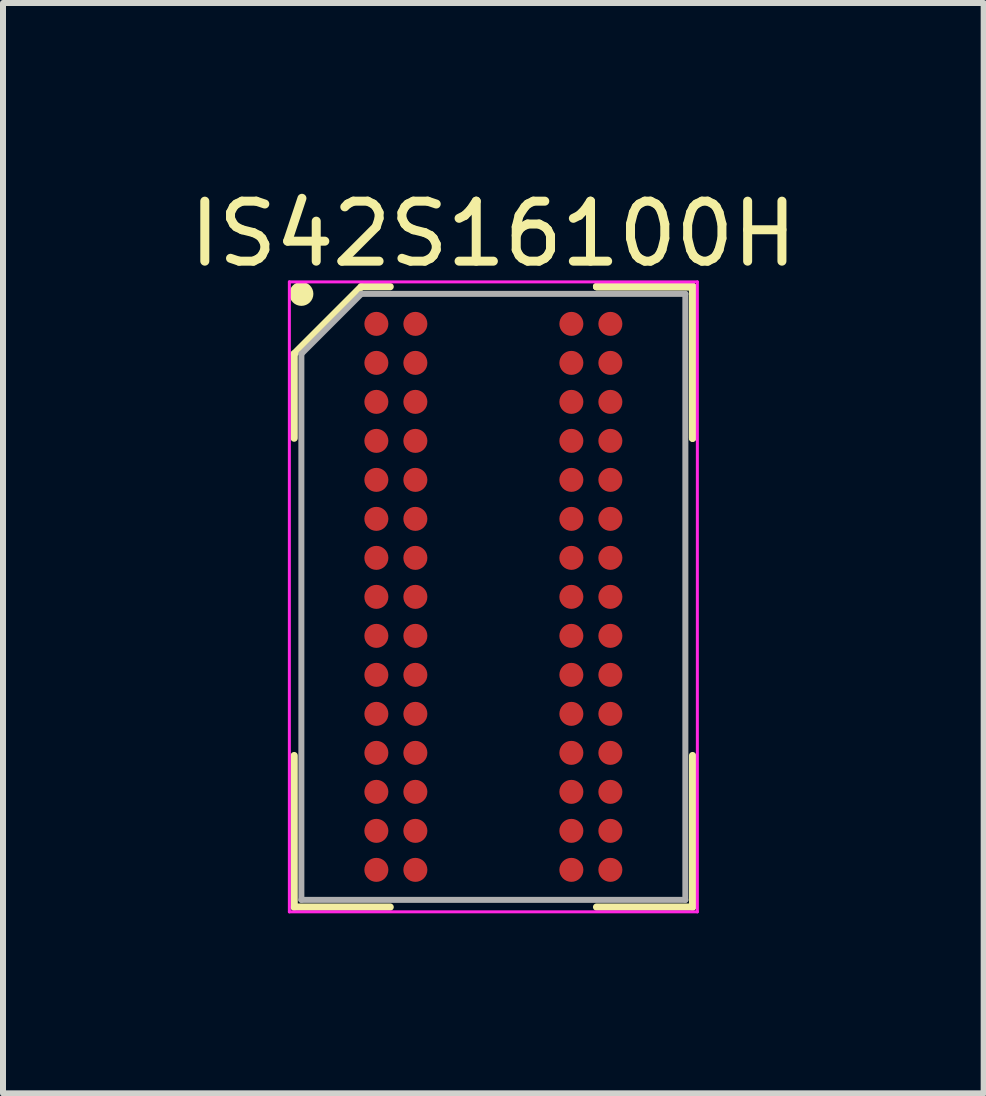
<source format=kicad_pcb>
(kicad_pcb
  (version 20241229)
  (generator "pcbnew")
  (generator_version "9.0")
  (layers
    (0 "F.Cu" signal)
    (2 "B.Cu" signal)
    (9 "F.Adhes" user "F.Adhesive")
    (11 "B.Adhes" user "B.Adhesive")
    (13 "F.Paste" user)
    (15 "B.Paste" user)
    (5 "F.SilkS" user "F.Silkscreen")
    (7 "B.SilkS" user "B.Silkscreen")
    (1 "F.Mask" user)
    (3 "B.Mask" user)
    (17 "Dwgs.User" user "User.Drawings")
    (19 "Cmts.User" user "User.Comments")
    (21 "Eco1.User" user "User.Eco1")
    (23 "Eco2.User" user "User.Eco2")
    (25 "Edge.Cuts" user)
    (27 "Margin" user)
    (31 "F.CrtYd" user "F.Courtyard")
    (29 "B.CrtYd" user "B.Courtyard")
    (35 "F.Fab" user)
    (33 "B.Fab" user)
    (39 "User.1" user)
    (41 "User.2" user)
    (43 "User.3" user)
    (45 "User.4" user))
  (footprint "IS42S16100H"
    (layer "F.Cu")
    (at 5.173 6.898)
    (property "Reference" "IS42S16100H" (at 0 -6.05 0) (layer "F.SilkS") (effects (font (size 1 1) (thickness 0.15))))
    (attr through_hole)
    (fp_line (start -3.32 -4.05) (end -3.32 -2.645) (stroke (width 0.12) (type solid)) (layer "F.SilkS"))
    (fp_line (start -3.32 5.17) (end -3.32 2.645) (stroke (width 0.12) (type solid)) (layer "F.SilkS"))
    (fp_line (start -2.2 -5.17) (end -3.32 -4.05) (stroke (width 0.12) (type solid)) (layer "F.SilkS"))
    (fp_line (start -1.72 -5.17) (end -2.2 -5.17) (stroke (width 0.12) (type solid)) (layer "F.SilkS"))
    (fp_line (start -1.72 5.17) (end -3.32 5.17) (stroke (width 0.12) (type solid)) (layer "F.SilkS"))
    (fp_line (start 1.72 -5.17) (end 3.32 -5.17) (stroke (width 0.12) (type solid)) (layer "F.SilkS"))
    (fp_line (start 1.72 -5.17) (end 3.32 -5.17) (stroke (width 0.12) (type solid)) (layer "F.SilkS"))
    (fp_line (start 1.72 -5.17) (end 3.32 -5.17) (stroke (width 0.12) (type solid)) (layer "F.SilkS"))
    (fp_line (start 1.72 5.17) (end 3.32 5.17) (stroke (width 0.12) (type solid)) (layer "F.SilkS"))
    (fp_line (start 3.32 -5.17) (end 3.32 -2.645) (stroke (width 0.12) (type solid)) (layer "F.SilkS"))
    (fp_line (start 3.32 -5.17) (end 3.32 -2.645) (stroke (width 0.12) (type solid)) (layer "F.SilkS"))
    (fp_line (start 3.32 -5.17) (end 3.32 -2.645) (stroke (width 0.12) (type solid)) (layer "F.SilkS"))
    (fp_line (start 3.32 5.17) (end 3.32 2.645) (stroke (width 0.12) (type solid)) (layer "F.SilkS"))
    (fp_circle (center -3.2 -5.05) (end -3.2 -4.95) (stroke (width 0.2) (type solid)) (fill no) (layer "F.SilkS"))
    (fp_line (start -3.4 -5.25) (end 3.4 -5.25) (stroke (width 0.05) (type solid)) (layer "F.CrtYd"))
    (fp_line (start -3.4 5.25) (end -3.4 -5.25) (stroke (width 0.05) (type solid)) (layer "F.CrtYd"))
    (fp_line (start 3.4 -5.25) (end 3.4 5.25) (stroke (width 0.05) (type solid)) (layer "F.CrtYd"))
    (fp_line (start 3.4 5.25) (end -3.4 5.25) (stroke (width 0.05) (type solid)) (layer "F.CrtYd"))
    (fp_line (start -3.2 -4.05) (end -3.2 5.05) (stroke (width 0.1) (type solid)) (layer "F.Fab"))
    (fp_line (start -3.2 5.05) (end 3.2 5.05) (stroke (width 0.1) (type solid)) (layer "F.Fab"))
    (fp_line (start -2.2 -5.05) (end -3.2 -4.05) (stroke (width 0.1) (type solid)) (layer "F.Fab"))
    (fp_line (start 3.2 -5.05) (end -2.2 -5.05) (stroke (width 0.1) (type solid)) (layer "F.Fab"))
    (fp_line (start 3.2 5.05) (end 3.2 -5.05) (stroke (width 0.1) (type solid)) (layer "F.Fab"))
    (pad "A1" smd circle (at -1.95 -4.55) (size 0.4 0.4) (layers "F.Cu" "F.Mask" "F.Paste"))
    (pad "A2" smd circle (at -1.3 -4.55) (size 0.4 0.4) (layers "F.Cu" "F.Mask" "F.Paste"))
    (pad "A6" smd circle (at 1.3 -4.55) (size 0.4 0.4) (layers "F.Cu" "F.Mask" "F.Paste"))
    (pad "A7" smd circle (at 1.95 -4.55) (size 0.4 0.4) (layers "F.Cu" "F.Mask" "F.Paste"))
    (pad "B1" smd circle (at -1.95 -3.9) (size 0.4 0.4) (layers "F.Cu" "F.Mask" "F.Paste"))
    (pad "B2" smd circle (at -1.3 -3.9) (size 0.4 0.4) (layers "F.Cu" "F.Mask" "F.Paste"))
    (pad "B6" smd circle (at 1.3 -3.9) (size 0.4 0.4) (layers "F.Cu" "F.Mask" "F.Paste"))
    (pad "B7" smd circle (at 1.95 -3.9) (size 0.4 0.4) (layers "F.Cu" "F.Mask" "F.Paste"))
    (pad "C1" smd circle (at -1.95 -3.25) (size 0.4 0.4) (layers "F.Cu" "F.Mask" "F.Paste"))
    (pad "C2" smd circle (at -1.3 -3.25) (size 0.4 0.4) (layers "F.Cu" "F.Mask" "F.Paste"))
    (pad "C6" smd circle (at 1.3 -3.25) (size 0.4 0.4) (layers "F.Cu" "F.Mask" "F.Paste"))
    (pad "C7" smd circle (at 1.95 -3.25) (size 0.4 0.4) (layers "F.Cu" "F.Mask" "F.Paste"))
    (pad "D1" smd circle (at -1.95 -2.6) (size 0.4 0.4) (layers "F.Cu" "F.Mask" "F.Paste"))
    (pad "D2" smd circle (at -1.3 -2.6) (size 0.4 0.4) (layers "F.Cu" "F.Mask" "F.Paste"))
    (pad "D6" smd circle (at 1.3 -2.6) (size 0.4 0.4) (layers "F.Cu" "F.Mask" "F.Paste"))
    (pad "D7" smd circle (at 1.95 -2.6) (size 0.4 0.4) (layers "F.Cu" "F.Mask" "F.Paste"))
    (pad "E1" smd circle (at -1.95 -1.95) (size 0.4 0.4) (layers "F.Cu" "F.Mask" "F.Paste"))
    (pad "E2" smd circle (at -1.3 -1.95) (size 0.4 0.4) (layers "F.Cu" "F.Mask" "F.Paste"))
    (pad "E6" smd circle (at 1.3 -1.95) (size 0.4 0.4) (layers "F.Cu" "F.Mask" "F.Paste"))
    (pad "E7" smd circle (at 1.95 -1.95) (size 0.4 0.4) (layers "F.Cu" "F.Mask" "F.Paste"))
    (pad "F1" smd circle (at -1.95 -1.3) (size 0.4 0.4) (layers "F.Cu" "F.Mask" "F.Paste"))
    (pad "F2" smd circle (at -1.3 -1.3) (size 0.4 0.4) (layers "F.Cu" "F.Mask" "F.Paste"))
    (pad "F6" smd circle (at 1.3 -1.3) (size 0.4 0.4) (layers "F.Cu" "F.Mask" "F.Paste"))
    (pad "F7" smd circle (at 1.95 -1.3) (size 0.4 0.4) (layers "F.Cu" "F.Mask" "F.Paste"))
    (pad "G1" smd circle (at -1.95 -0.65) (size 0.4 0.4) (layers "F.Cu" "F.Mask" "F.Paste"))
    (pad "G2" smd circle (at -1.3 -0.65) (size 0.4 0.4) (layers "F.Cu" "F.Mask" "F.Paste"))
    (pad "G6" smd circle (at 1.3 -0.65) (size 0.4 0.4) (layers "F.Cu" "F.Mask" "F.Paste"))
    (pad "G7" smd circle (at 1.95 -0.65) (size 0.4 0.4) (layers "F.Cu" "F.Mask" "F.Paste"))
    (pad "H1" smd circle (at -1.95 0) (size 0.4 0.4) (layers "F.Cu" "F.Mask" "F.Paste"))
    (pad "H2" smd circle (at -1.3 0) (size 0.4 0.4) (layers "F.Cu" "F.Mask" "F.Paste"))
    (pad "H6" smd circle (at 1.3 0) (size 0.4 0.4) (layers "F.Cu" "F.Mask" "F.Paste"))
    (pad "H7" smd circle (at 1.95 0) (size 0.4 0.4) (layers "F.Cu" "F.Mask" "F.Paste"))
    (pad "J1" smd circle (at -1.95 0.65) (size 0.4 0.4) (layers "F.Cu" "F.Mask" "F.Paste"))
    (pad "J2" smd circle (at -1.3 0.65) (size 0.4 0.4) (layers "F.Cu" "F.Mask" "F.Paste"))
    (pad "J6" smd circle (at 1.3 0.65) (size 0.4 0.4) (layers "F.Cu" "F.Mask" "F.Paste"))
    (pad "J7" smd circle (at 1.95 0.65) (size 0.4 0.4) (layers "F.Cu" "F.Mask" "F.Paste"))
    (pad "K1" smd circle (at -1.95 1.3) (size 0.4 0.4) (layers "F.Cu" "F.Mask" "F.Paste"))
    (pad "K2" smd circle (at -1.3 1.3) (size 0.4 0.4) (layers "F.Cu" "F.Mask" "F.Paste"))
    (pad "K6" smd circle (at 1.3 1.3) (size 0.4 0.4) (layers "F.Cu" "F.Mask" "F.Paste"))
    (pad "K7" smd circle (at 1.95 1.3) (size 0.4 0.4) (layers "F.Cu" "F.Mask" "F.Paste"))
    (pad "L1" smd circle (at -1.95 1.95) (size 0.4 0.4) (layers "F.Cu" "F.Mask" "F.Paste"))
    (pad "L2" smd circle (at -1.3 1.95) (size 0.4 0.4) (layers "F.Cu" "F.Mask" "F.Paste"))
    (pad "L6" smd circle (at 1.3 1.95) (size 0.4 0.4) (layers "F.Cu" "F.Mask" "F.Paste"))
    (pad "L7" smd circle (at 1.95 1.95) (size 0.4 0.4) (layers "F.Cu" "F.Mask" "F.Paste"))
    (pad "M1" smd circle (at -1.95 2.6) (size 0.4 0.4) (layers "F.Cu" "F.Mask" "F.Paste"))
    (pad "M2" smd circle (at -1.3 2.6) (size 0.4 0.4) (layers "F.Cu" "F.Mask" "F.Paste"))
    (pad "M6" smd circle (at 1.3 2.6) (size 0.4 0.4) (layers "F.Cu" "F.Mask" "F.Paste"))
    (pad "M7" smd circle (at 1.95 2.6) (size 0.4 0.4) (layers "F.Cu" "F.Mask" "F.Paste"))
    (pad "N1" smd circle (at -1.95 3.25) (size 0.4 0.4) (layers "F.Cu" "F.Mask" "F.Paste"))
    (pad "N2" smd circle (at -1.3 3.25) (size 0.4 0.4) (layers "F.Cu" "F.Mask" "F.Paste"))
    (pad "N6" smd circle (at 1.3 3.25) (size 0.4 0.4) (layers "F.Cu" "F.Mask" "F.Paste"))
    (pad "N7" smd circle (at 1.95 3.25) (size 0.4 0.4) (layers "F.Cu" "F.Mask" "F.Paste"))
    (pad "P1" smd circle (at -1.95 3.9) (size 0.4 0.4) (layers "F.Cu" "F.Mask" "F.Paste"))
    (pad "P2" smd circle (at -1.3 3.9) (size 0.4 0.4) (layers "F.Cu" "F.Mask" "F.Paste"))
    (pad "P6" smd circle (at 1.3 3.9) (size 0.4 0.4) (layers "F.Cu" "F.Mask" "F.Paste"))
    (pad "P7" smd circle (at 1.95 3.9) (size 0.4 0.4) (layers "F.Cu" "F.Mask" "F.Paste"))
    (pad "R1" smd circle (at -1.95 4.55) (size 0.4 0.4) (layers "F.Cu" "F.Mask" "F.Paste"))
    (pad "R2" smd circle (at -1.3 4.55) (size 0.4 0.4) (layers "F.Cu" "F.Mask" "F.Paste"))
    (pad "R6" smd circle (at 1.3 4.55) (size 0.4 0.4) (layers "F.Cu" "F.Mask" "F.Paste"))
    (pad "R7" smd circle (at 1.95 4.55) (size 0.4 0.4) (layers "F.Cu" "F.Mask" "F.Paste")))
  (gr_rect
    (start -3 -3)
    (end 13.345 15.173)
    (stroke (width 0.1) (type default))
    (fill no)
    (layer "Edge.Cuts")))
</source>
